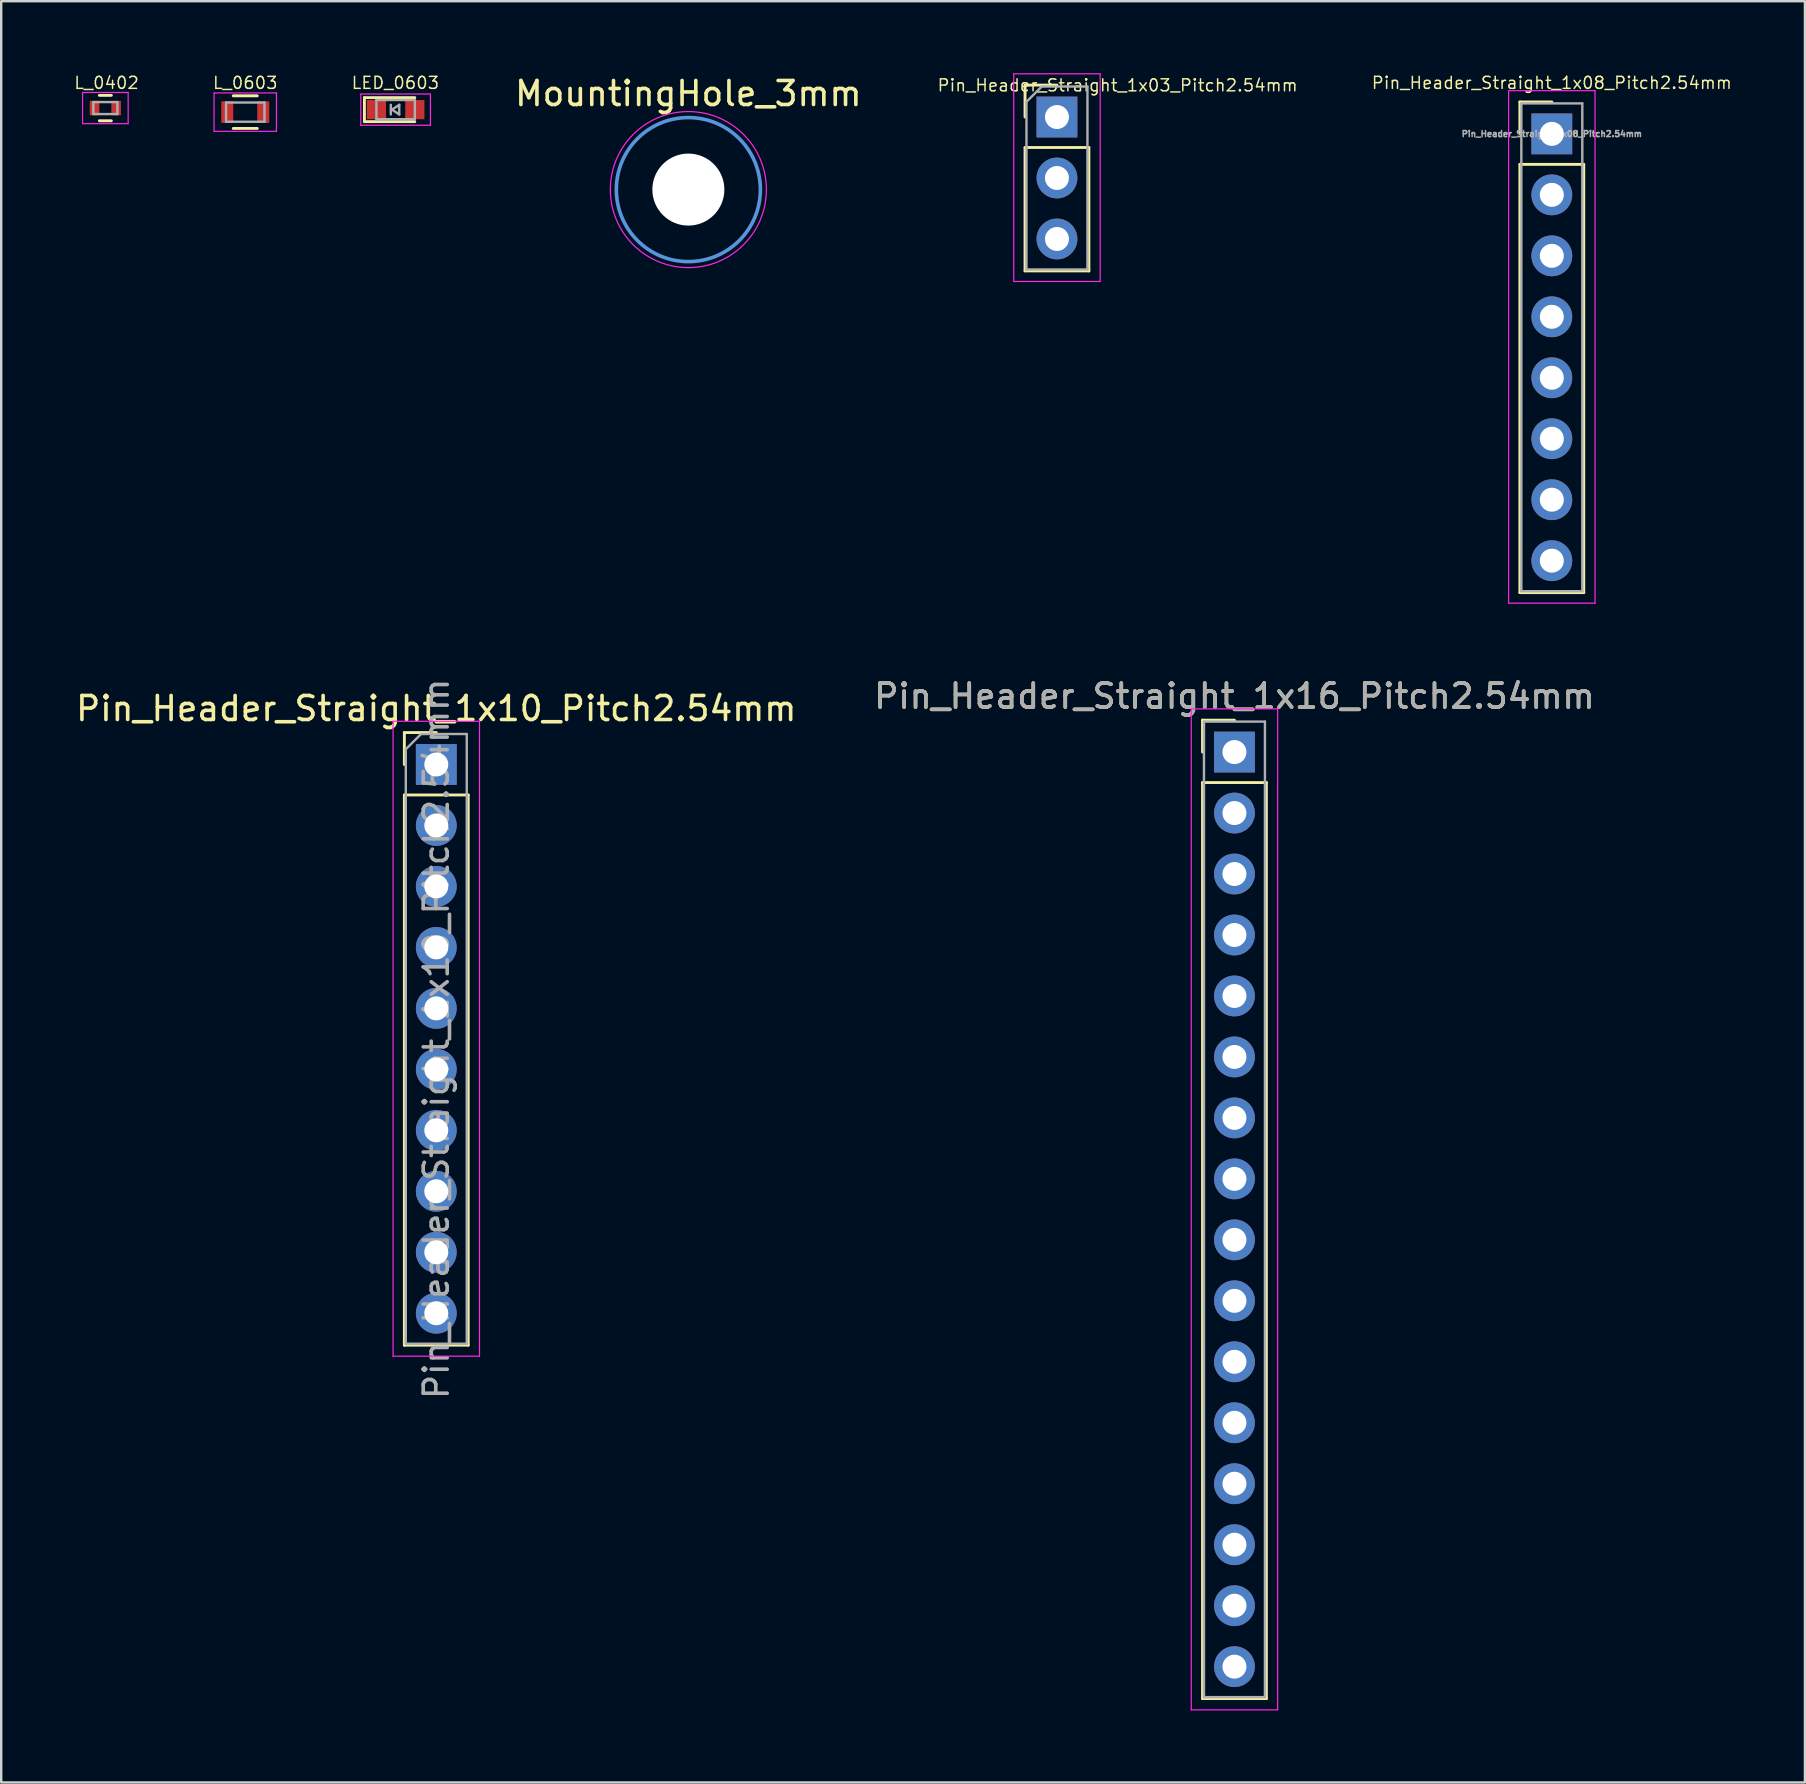
<source format=kicad_pcb>
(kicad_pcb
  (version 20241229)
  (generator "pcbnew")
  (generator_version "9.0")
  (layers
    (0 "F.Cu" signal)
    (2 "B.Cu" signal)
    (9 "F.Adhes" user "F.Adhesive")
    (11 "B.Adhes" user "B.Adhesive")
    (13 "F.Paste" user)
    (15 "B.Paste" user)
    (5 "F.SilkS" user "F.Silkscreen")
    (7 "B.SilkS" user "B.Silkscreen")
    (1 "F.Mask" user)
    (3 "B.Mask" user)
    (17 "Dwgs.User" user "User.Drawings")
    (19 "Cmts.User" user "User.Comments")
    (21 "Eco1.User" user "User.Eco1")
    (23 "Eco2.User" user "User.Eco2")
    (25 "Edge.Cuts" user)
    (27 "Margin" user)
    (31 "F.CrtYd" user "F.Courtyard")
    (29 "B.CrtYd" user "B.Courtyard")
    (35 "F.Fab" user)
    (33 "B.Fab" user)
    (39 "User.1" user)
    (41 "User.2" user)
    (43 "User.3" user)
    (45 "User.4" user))
  (footprint "L_0603"
    (layer "F.Cu")
    (at 7.167 1.621)
    (property "Reference" "L_0603" (at 0 -1.219 0) (layer "F.SilkS") (effects (font (size 0.5 0.5) (thickness 0.062))))
    (attr smd)
    (fp_line (start -0.5 -0.68) (end 0.5 -0.68) (stroke (width 0.12) (type solid)) (layer "F.SilkS"))
    (fp_line (start 0.5 0.68) (end -0.5 0.68) (stroke (width 0.12) (type solid)) (layer "F.SilkS"))
    (fp_line (start -1.3 -0.8) (end -1.3 0.8) (stroke (width 0.05) (type solid)) (layer "F.CrtYd"))
    (fp_line (start -1.3 -0.8) (end 1.3 -0.8) (stroke (width 0.05) (type solid)) (layer "F.CrtYd"))
    (fp_line (start -1.3 0.8) (end 1.3 0.8) (stroke (width 0.05) (type solid)) (layer "F.CrtYd"))
    (fp_line (start 1.3 -0.8) (end 1.3 0.8) (stroke (width 0.05) (type solid)) (layer "F.CrtYd"))
    (fp_line (start -0.8 -0.4) (end 0.8 -0.4) (stroke (width 0.1) (type solid)) (layer "F.Fab"))
    (fp_line (start -0.8 0.4) (end -0.8 -0.4) (stroke (width 0.1) (type solid)) (layer "F.Fab"))
    (fp_line (start 0.8 -0.4) (end 0.8 0.4) (stroke (width 0.1) (type solid)) (layer "F.Fab"))
    (fp_line (start 0.8 0.4) (end -0.8 0.4) (stroke (width 0.1) (type solid)) (layer "F.Fab"))
    (pad "1" smd rect (at -0.75 0) (size 0.5 0.9) (layers "F.Cu" "F.Mask" "F.Paste"))
    (pad "2" smd rect (at 0.75 0) (size 0.5 0.9) (layers "F.Cu" "F.Mask" "F.Paste")))
  (footprint "L_0402"
    (layer "F.Cu")
    (at 1.339 1.452)
    (property "Reference" "L_0402" (at 0.05 -1.05 0) (layer "F.SilkS") (effects (font (size 0.5 0.5) (thickness 0.062))))
    (attr smd)
    (fp_line (start -0.25 0.53) (end 0.25 0.53) (stroke (width 0.12) (type solid)) (layer "F.SilkS"))
    (fp_line (start 0.25 -0.53) (end -0.25 -0.53) (stroke (width 0.12) (type solid)) (layer "F.SilkS"))
    (fp_line (start -0.95 -0.65) (end -0.95 0.65) (stroke (width 0.05) (type solid)) (layer "F.CrtYd"))
    (fp_line (start -0.95 -0.65) (end 0.95 -0.65) (stroke (width 0.05) (type solid)) (layer "F.CrtYd"))
    (fp_line (start -0.95 0.65) (end 0.95 0.65) (stroke (width 0.05) (type solid)) (layer "F.CrtYd"))
    (fp_line (start 0.95 -0.65) (end 0.95 0.65) (stroke (width 0.05) (type solid)) (layer "F.CrtYd"))
    (fp_line (start -0.5 -0.25) (end 0.5 -0.25) (stroke (width 0.1) (type solid)) (layer "F.Fab"))
    (fp_line (start -0.5 0.25) (end -0.5 -0.25) (stroke (width 0.1) (type solid)) (layer "F.Fab"))
    (fp_line (start 0.5 -0.25) (end 0.5 0.25) (stroke (width 0.1) (type solid)) (layer "F.Fab"))
    (fp_line (start 0.5 0.25) (end -0.5 0.25) (stroke (width 0.1) (type solid)) (layer "F.Fab"))
    (pad "1" smd rect (at -0.45 0) (size 0.4 0.6) (layers "F.Cu" "F.Mask" "F.Paste"))
    (pad "2" smd rect (at 0.45 0) (size 0.4 0.6) (layers "F.Cu" "F.Mask" "F.Paste")))
  (footprint "LED_0603"
    (layer "F.Cu")
    (at 13.431 1.517)
    (property "Reference" "LED_0603" (at -0.01 -1.115 0) (layer "F.SilkS") (effects (font (size 0.5 0.5) (thickness 0.062))))
    (attr smd)
    (fp_line (start -1.3 -0.5) (end -1.3 0.5) (stroke (width 0.12) (type solid)) (layer "F.SilkS"))
    (fp_line (start -1.3 -0.5) (end 0.8 -0.5) (stroke (width 0.12) (type solid)) (layer "F.SilkS"))
    (fp_line (start -1.3 0.5) (end 0.8 0.5) (stroke (width 0.12) (type solid)) (layer "F.SilkS"))
    (fp_line (start -1.45 -0.65) (end 1.45 -0.65) (stroke (width 0.05) (type solid)) (layer "F.CrtYd"))
    (fp_line (start -1.45 0.65) (end -1.45 -0.65) (stroke (width 0.05) (type solid)) (layer "F.CrtYd"))
    (fp_line (start 1.45 -0.65) (end 1.45 0.65) (stroke (width 0.05) (type solid)) (layer "F.CrtYd"))
    (fp_line (start 1.45 0.65) (end -1.45 0.65) (stroke (width 0.05) (type solid)) (layer "F.CrtYd"))
    (fp_line (start -0.8 -0.4) (end 0.8 -0.4) (stroke (width 0.1) (type solid)) (layer "F.Fab"))
    (fp_line (start -0.8 0.4) (end -0.8 -0.4) (stroke (width 0.1) (type solid)) (layer "F.Fab"))
    (fp_line (start -0.2 -0.2) (end -0.2 0.2) (stroke (width 0.1) (type solid)) (layer "F.Fab"))
    (fp_line (start -0.15 0) (end 0.15 -0.2) (stroke (width 0.1) (type solid)) (layer "F.Fab"))
    (fp_line (start 0.15 -0.2) (end 0.15 0.2) (stroke (width 0.1) (type solid)) (layer "F.Fab"))
    (fp_line (start 0.15 0.2) (end -0.15 0) (stroke (width 0.1) (type solid)) (layer "F.Fab"))
    (fp_line (start 0.8 -0.4) (end 0.8 0.4) (stroke (width 0.1) (type solid)) (layer "F.Fab"))
    (fp_line (start 0.8 0.4) (end -0.8 0.4) (stroke (width 0.1) (type solid)) (layer "F.Fab"))
    (pad "1" smd rect (at -0.8 0 180) (size 0.8 0.8) (layers "F.Cu" "F.Mask" "F.Paste"))
    (pad "2" smd rect (at 0.8 0 180) (size 0.8 0.8) (layers "F.Cu" "F.Mask" "F.Paste")))
  (footprint "Pin_Header_Straight_1x16_Pitch2.54mm"
    (layer "F.Cu")
    (at 48.375 28.28)
    (property "Reference" "Pin_Header_Straight_1x16_Pitch2.54mm" (at 0 -2.33 0) (layer "F.SilkS") (effects (font (size 1 1) (thickness 0.15))))
    (attr through_hole)
    (fp_line (start -1.33 -1.33) (end 0 -1.33) (stroke (width 0.12) (type solid)) (layer "F.SilkS"))
    (fp_line (start -1.33 0) (end -1.33 -1.33) (stroke (width 0.12) (type solid)) (layer "F.SilkS"))
    (fp_line (start -1.33 1.27) (end -1.33 39.43) (stroke (width 0.12) (type solid)) (layer "F.SilkS"))
    (fp_line (start -1.33 39.43) (end 1.33 39.43) (stroke (width 0.12) (type solid)) (layer "F.SilkS"))
    (fp_line (start 1.33 1.27) (end -1.33 1.27) (stroke (width 0.12) (type solid)) (layer "F.SilkS"))
    (fp_line (start 1.33 39.43) (end 1.33 1.27) (stroke (width 0.12) (type solid)) (layer "F.SilkS"))
    (fp_line (start -1.8 -1.8) (end -1.8 39.9) (stroke (width 0.05) (type solid)) (layer "F.CrtYd"))
    (fp_line (start -1.8 39.9) (end 1.8 39.9) (stroke (width 0.05) (type solid)) (layer "F.CrtYd"))
    (fp_line (start 1.8 -1.8) (end -1.8 -1.8) (stroke (width 0.05) (type solid)) (layer "F.CrtYd"))
    (fp_line (start 1.8 39.9) (end 1.8 -1.8) (stroke (width 0.05) (type solid)) (layer "F.CrtYd"))
    (fp_line (start -1.27 -1.27) (end -1.27 39.37) (stroke (width 0.1) (type solid)) (layer "F.Fab"))
    (fp_line (start -1.27 39.37) (end 1.27 39.37) (stroke (width 0.1) (type solid)) (layer "F.Fab"))
    (fp_line (start 1.27 -1.27) (end -1.27 -1.27) (stroke (width 0.1) (type solid)) (layer "F.Fab"))
    (fp_line (start 1.27 39.37) (end 1.27 -1.27) (stroke (width 0.1) (type solid)) (layer "F.Fab"))
    (fp_text user "${REFERENCE}" (at 0 -2.33 0) (layer "F.Fab") (effects (font (size 1 1) (thickness 0.15))))
    (pad "1" thru_hole rect (at 0 0) (size 1.7 1.7) (drill 1) (layers "*.Cu" "*.Mask"))
    (pad "2" thru_hole oval (at 0 2.54) (size 1.7 1.7) (drill 1) (layers "*.Cu" "*.Mask"))
    (pad "3" thru_hole oval (at 0 5.08) (size 1.7 1.7) (drill 1) (layers "*.Cu" "*.Mask"))
    (pad "4" thru_hole oval (at 0 7.62) (size 1.7 1.7) (drill 1) (layers "*.Cu" "*.Mask"))
    (pad "5" thru_hole oval (at 0 10.16) (size 1.7 1.7) (drill 1) (layers "*.Cu" "*.Mask"))
    (pad "6" thru_hole oval (at 0 12.7) (size 1.7 1.7) (drill 1) (layers "*.Cu" "*.Mask"))
    (pad "7" thru_hole oval (at 0 15.24) (size 1.7 1.7) (drill 1) (layers "*.Cu" "*.Mask"))
    (pad "8" thru_hole oval (at 0 17.78) (size 1.7 1.7) (drill 1) (layers "*.Cu" "*.Mask"))
    (pad "9" thru_hole oval (at 0 20.32) (size 1.7 1.7) (drill 1) (layers "*.Cu" "*.Mask"))
    (pad "10" thru_hole oval (at 0 22.86) (size 1.7 1.7) (drill 1) (layers "*.Cu" "*.Mask"))
    (pad "11" thru_hole oval (at 0 25.4) (size 1.7 1.7) (drill 1) (layers "*.Cu" "*.Mask"))
    (pad "12" thru_hole oval (at 0 27.94) (size 1.7 1.7) (drill 1) (layers "*.Cu" "*.Mask"))
    (pad "13" thru_hole oval (at 0 30.48) (size 1.7 1.7) (drill 1) (layers "*.Cu" "*.Mask"))
    (pad "14" thru_hole oval (at 0 33.02) (size 1.7 1.7) (drill 1) (layers "*.Cu" "*.Mask"))
    (pad "15" thru_hole oval (at 0 35.56) (size 1.7 1.7) (drill 1) (layers "*.Cu" "*.Mask"))
    (pad "16" thru_hole oval (at 0 38.1) (size 1.7 1.7) (drill 1) (layers "*.Cu" "*.Mask")))
  (footprint "Pin_Header_Straight_1x08_Pitch2.54mm"
    (layer "F.Cu")
    (at 61.596 2.527)
    (property "Reference" "Pin_Header_Straight_1x08_Pitch2.54mm" (at 0 -2.125 0) (layer "F.SilkS") (effects (font (size 0.5 0.5) (thickness 0.062))))
    (attr through_hole)
    (fp_line (start -1.33 -1.33) (end 0 -1.33) (stroke (width 0.12) (type solid)) (layer "F.SilkS"))
    (fp_line (start -1.33 0) (end -1.33 -1.33) (stroke (width 0.12) (type solid)) (layer "F.SilkS"))
    (fp_line (start -1.33 1.27) (end -1.33 19.11) (stroke (width 0.12) (type solid)) (layer "F.SilkS"))
    (fp_line (start -1.33 19.11) (end 1.33 19.11) (stroke (width 0.12) (type solid)) (layer "F.SilkS"))
    (fp_line (start 1.33 1.27) (end -1.33 1.27) (stroke (width 0.12) (type solid)) (layer "F.SilkS"))
    (fp_line (start 1.33 19.11) (end 1.33 1.27) (stroke (width 0.12) (type solid)) (layer "F.SilkS"))
    (fp_line (start -1.8 -1.8) (end -1.8 19.55) (stroke (width 0.05) (type solid)) (layer "F.CrtYd"))
    (fp_line (start -1.8 19.55) (end 1.8 19.55) (stroke (width 0.05) (type solid)) (layer "F.CrtYd"))
    (fp_line (start 1.8 -1.8) (end -1.8 -1.8) (stroke (width 0.05) (type solid)) (layer "F.CrtYd"))
    (fp_line (start 1.8 19.55) (end 1.8 -1.8) (stroke (width 0.05) (type solid)) (layer "F.CrtYd"))
    (fp_line (start -1.27 -1.27) (end -1.27 19.05) (stroke (width 0.1) (type solid)) (layer "F.Fab"))
    (fp_line (start -1.27 19.05) (end 1.27 19.05) (stroke (width 0.1) (type solid)) (layer "F.Fab"))
    (fp_line (start 1.27 -1.27) (end -1.27 -1.27) (stroke (width 0.1) (type solid)) (layer "F.Fab"))
    (fp_line (start 1.27 19.05) (end 1.27 -1.27) (stroke (width 0.1) (type solid)) (layer "F.Fab"))
    (fp_text user "${REFERENCE}" (at 0 0 0) (layer "F.Fab") (effects (font (size 0.25 0.25) (thickness 0.062))))
    (pad "1" thru_hole rect (at 0 0) (size 1.7 1.7) (drill 1) (layers "*.Cu" "*.Mask"))
    (pad "2" thru_hole oval (at 0 2.54) (size 1.7 1.7) (drill 1) (layers "*.Cu" "*.Mask"))
    (pad "3" thru_hole oval (at 0 5.08) (size 1.7 1.7) (drill 1) (layers "*.Cu" "*.Mask"))
    (pad "4" thru_hole oval (at 0 7.62) (size 1.7 1.7) (drill 1) (layers "*.Cu" "*.Mask"))
    (pad "5" thru_hole oval (at 0 10.16) (size 1.7 1.7) (drill 1) (layers "*.Cu" "*.Mask"))
    (pad "6" thru_hole oval (at 0 12.7) (size 1.7 1.7) (drill 1) (layers "*.Cu" "*.Mask"))
    (pad "7" thru_hole oval (at 0 15.24) (size 1.7 1.7) (drill 1) (layers "*.Cu" "*.Mask"))
    (pad "8" thru_hole oval (at 0 17.78) (size 1.7 1.7) (drill 1) (layers "*.Cu" "*.Mask")))
  (footprint "MountingHole_3mm"
    (layer "F.Cu")
    (at 25.626 4.848)
    (property "Reference" "MountingHole_3mm" (at 0 -4 0) (layer "F.SilkS") (effects (font (size 1 1) (thickness 0.15))))
    (attr through_hole)
    (fp_circle (center 0 0) (end 3 0) (stroke (width 0.15) (type solid)) (fill no) (layer "Cmts.User"))
    (fp_circle (center 0 0) (end 3.25 0) (stroke (width 0.05) (type solid)) (fill no) (layer "F.CrtYd"))
    (pad "" np_thru_hole circle (at 0 0) (size 3 3) (drill 3) (layers "*.Cu" "*.Mask")))
  (footprint "Pin_Header_Straight_1x10_Pitch2.54mm"
    (layer "F.Cu")
    (at 15.125 28.797)
    (property "Reference" "Pin_Header_Straight_1x10_Pitch2.54mm" (at 0 -2.33 0) (layer "F.SilkS") (effects (font (size 1 1) (thickness 0.15))))
    (attr through_hole)
    (fp_line (start -1.33 -1.33) (end 0 -1.33) (stroke (width 0.12) (type solid)) (layer "F.SilkS"))
    (fp_line (start -1.33 0) (end -1.33 -1.33) (stroke (width 0.12) (type solid)) (layer "F.SilkS"))
    (fp_line (start -1.33 1.27) (end -1.33 24.19) (stroke (width 0.12) (type solid)) (layer "F.SilkS"))
    (fp_line (start -1.33 1.27) (end 1.33 1.27) (stroke (width 0.12) (type solid)) (layer "F.SilkS"))
    (fp_line (start -1.33 24.19) (end 1.33 24.19) (stroke (width 0.12) (type solid)) (layer "F.SilkS"))
    (fp_line (start 1.33 1.27) (end 1.33 24.19) (stroke (width 0.12) (type solid)) (layer "F.SilkS"))
    (fp_line (start -1.8 -1.8) (end -1.8 24.65) (stroke (width 0.05) (type solid)) (layer "F.CrtYd"))
    (fp_line (start -1.8 24.65) (end 1.8 24.65) (stroke (width 0.05) (type solid)) (layer "F.CrtYd"))
    (fp_line (start 1.8 -1.8) (end -1.8 -1.8) (stroke (width 0.05) (type solid)) (layer "F.CrtYd"))
    (fp_line (start 1.8 24.65) (end 1.8 -1.8) (stroke (width 0.05) (type solid)) (layer "F.CrtYd"))
    (fp_line (start -1.27 -0.635) (end -0.635 -1.27) (stroke (width 0.1) (type solid)) (layer "F.Fab"))
    (fp_line (start -1.27 24.13) (end -1.27 -0.635) (stroke (width 0.1) (type solid)) (layer "F.Fab"))
    (fp_line (start -0.635 -1.27) (end 1.27 -1.27) (stroke (width 0.1) (type solid)) (layer "F.Fab"))
    (fp_line (start 1.27 -1.27) (end 1.27 24.13) (stroke (width 0.1) (type solid)) (layer "F.Fab"))
    (fp_line (start 1.27 24.13) (end -1.27 24.13) (stroke (width 0.1) (type solid)) (layer "F.Fab"))
    (fp_text user "${REFERENCE}" (at 0 11.43 90) (layer "F.Fab") (effects (font (size 1 1) (thickness 0.15))))
    (pad "1" thru_hole rect (at 0 0) (size 1.7 1.7) (drill 1) (layers "*.Cu" "*.Mask"))
    (pad "2" thru_hole oval (at 0 2.54) (size 1.7 1.7) (drill 1) (layers "*.Cu" "*.Mask"))
    (pad "3" thru_hole oval (at 0 5.08) (size 1.7 1.7) (drill 1) (layers "*.Cu" "*.Mask"))
    (pad "4" thru_hole oval (at 0 7.62) (size 1.7 1.7) (drill 1) (layers "*.Cu" "*.Mask"))
    (pad "5" thru_hole oval (at 0 10.16) (size 1.7 1.7) (drill 1) (layers "*.Cu" "*.Mask"))
    (pad "6" thru_hole oval (at 0 12.7) (size 1.7 1.7) (drill 1) (layers "*.Cu" "*.Mask"))
    (pad "7" thru_hole oval (at 0 15.24) (size 1.7 1.7) (drill 1) (layers "*.Cu" "*.Mask"))
    (pad "8" thru_hole oval (at 0 17.78) (size 1.7 1.7) (drill 1) (layers "*.Cu" "*.Mask"))
    (pad "9" thru_hole oval (at 0 20.32) (size 1.7 1.7) (drill 1) (layers "*.Cu" "*.Mask"))
    (pad "10" thru_hole oval (at 0 22.86) (size 1.7 1.7) (drill 1) (layers "*.Cu" "*.Mask")))
  (footprint "Pin_Header_Straight_1x03_Pitch2.54mm"
    (layer "F.Cu")
    (at 40.981 1.825)
    (property "Reference" "Pin_Header_Straight_1x03_Pitch2.54mm" (at 2.527 -1.321 0) (layer "F.SilkS") (effects (font (size 0.5 0.5) (thickness 0.062))))
    (attr through_hole)
    (fp_line (start -1.33 -1.33) (end 0 -1.33) (stroke (width 0.12) (type solid)) (layer "F.SilkS"))
    (fp_line (start -1.33 0) (end -1.33 -1.33) (stroke (width 0.12) (type solid)) (layer "F.SilkS"))
    (fp_line (start -1.33 1.27) (end -1.33 6.41) (stroke (width 0.12) (type solid)) (layer "F.SilkS"))
    (fp_line (start -1.33 1.27) (end 1.33 1.27) (stroke (width 0.12) (type solid)) (layer "F.SilkS"))
    (fp_line (start -1.33 6.41) (end 1.33 6.41) (stroke (width 0.12) (type solid)) (layer "F.SilkS"))
    (fp_line (start 1.33 1.27) (end 1.33 6.41) (stroke (width 0.12) (type solid)) (layer "F.SilkS"))
    (fp_line (start -1.8 -1.8) (end -1.8 6.85) (stroke (width 0.05) (type solid)) (layer "F.CrtYd"))
    (fp_line (start -1.8 6.85) (end 1.8 6.85) (stroke (width 0.05) (type solid)) (layer "F.CrtYd"))
    (fp_line (start 1.8 -1.8) (end -1.8 -1.8) (stroke (width 0.05) (type solid)) (layer "F.CrtYd"))
    (fp_line (start 1.8 6.85) (end 1.8 -1.8) (stroke (width 0.05) (type solid)) (layer "F.CrtYd"))
    (fp_line (start -1.27 -0.635) (end -0.635 -1.27) (stroke (width 0.1) (type solid)) (layer "F.Fab"))
    (fp_line (start -1.27 6.35) (end -1.27 -0.635) (stroke (width 0.1) (type solid)) (layer "F.Fab"))
    (fp_line (start -0.635 -1.27) (end 1.27 -1.27) (stroke (width 0.1) (type solid)) (layer "F.Fab"))
    (fp_line (start 1.27 -1.27) (end 1.27 6.35) (stroke (width 0.1) (type solid)) (layer "F.Fab"))
    (fp_line (start 1.27 6.35) (end -1.27 6.35) (stroke (width 0.1) (type solid)) (layer "F.Fab"))
    (pad "1" thru_hole rect (at 0 0) (size 1.7 1.7) (drill 1) (layers "*.Cu" "*.Mask"))
    (pad "2" thru_hole oval (at 0 2.54) (size 1.7 1.7) (drill 1) (layers "*.Cu" "*.Mask"))
    (pad "3" thru_hole oval (at 0 5.08) (size 1.7 1.7) (drill 1) (layers "*.Cu" "*.Mask")))
  (gr_rect
    (start -3 -3)
    (end 72.14 71.205)
    (stroke (width 0.1) (type default))
    (fill no)
    (layer "Edge.Cuts")))
</source>
